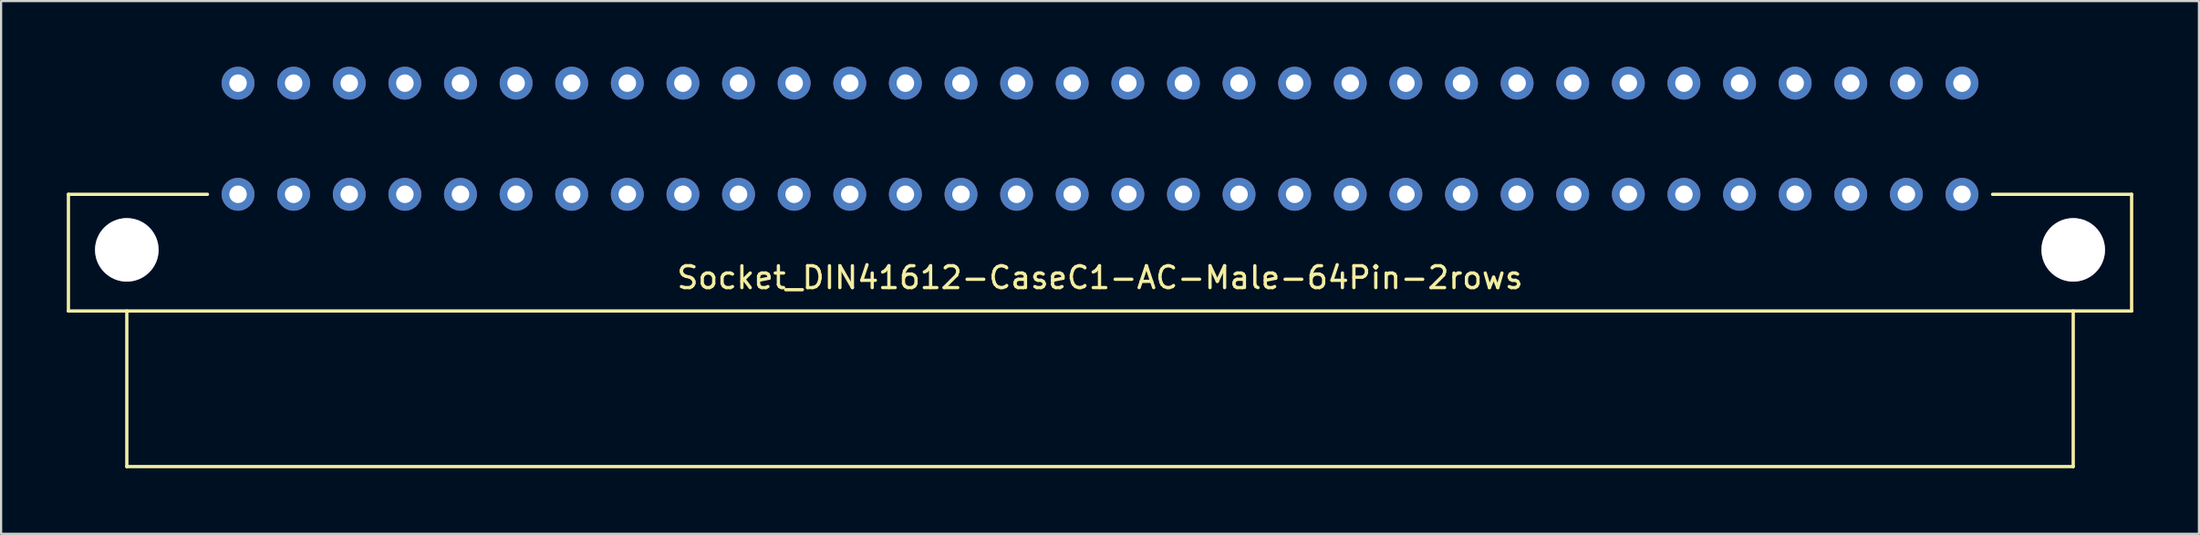
<source format=kicad_pcb>
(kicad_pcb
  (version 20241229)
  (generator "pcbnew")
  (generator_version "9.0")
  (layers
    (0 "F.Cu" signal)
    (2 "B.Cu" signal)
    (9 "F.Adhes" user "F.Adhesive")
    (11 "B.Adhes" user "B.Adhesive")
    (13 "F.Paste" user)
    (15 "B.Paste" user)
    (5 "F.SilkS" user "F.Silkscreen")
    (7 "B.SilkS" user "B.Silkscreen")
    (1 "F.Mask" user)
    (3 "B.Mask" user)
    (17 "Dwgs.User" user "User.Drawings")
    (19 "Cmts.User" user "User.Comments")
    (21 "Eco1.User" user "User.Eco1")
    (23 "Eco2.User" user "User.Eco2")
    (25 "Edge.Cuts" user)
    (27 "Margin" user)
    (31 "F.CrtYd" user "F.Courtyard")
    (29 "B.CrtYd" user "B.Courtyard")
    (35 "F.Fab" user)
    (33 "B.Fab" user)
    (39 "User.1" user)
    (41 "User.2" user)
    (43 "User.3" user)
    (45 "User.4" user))
  (footprint "Socket_DIN41612-CaseC1-AC-Male-64Pin-2rows"
    (layer "F.Cu")
    (at 47.192 3.291)
    (property "Reference" "Socket_DIN41612-CaseC1-AC-Male-64Pin-2rows" (at 0 6.35 0) (layer "F.SilkS") (effects (font (size 1 1) (thickness 0.15))))
    (attr through_hole)
    (fp_line (start -47.117 2.54) (end -40.767 2.54) (stroke (width 0.15) (type solid)) (layer "F.SilkS"))
    (fp_line (start -47.117 7.874) (end -47.117 2.54) (stroke (width 0.15) (type solid)) (layer "F.SilkS"))
    (fp_line (start -44.45 14.986) (end -44.45 7.874) (stroke (width 0.15) (type solid)) (layer "F.SilkS"))
    (fp_line (start 44.45 7.874) (end 44.45 14.986) (stroke (width 0.15) (type solid)) (layer "F.SilkS"))
    (fp_line (start 44.45 14.986) (end -44.45 14.986) (stroke (width 0.15) (type solid)) (layer "F.SilkS"))
    (fp_line (start 47.117 2.54) (end 40.767 2.54) (stroke (width 0.15) (type solid)) (layer "F.SilkS"))
    (fp_line (start 47.117 2.54) (end 47.117 7.874) (stroke (width 0.15) (type solid)) (layer "F.SilkS"))
    (fp_line (start 47.117 7.874) (end -47.117 7.874) (stroke (width 0.15) (type solid)) (layer "F.SilkS"))
    (pad "1" thru_hole circle (at -44.45 5.08) (size 2.901 2.901) (drill 2.901) (layers "*.Cu" "*.Mask"))
    (pad "1" thru_hole circle (at 44.45 5.08) (size 2.901 2.901) (drill 2.901) (layers "*.Cu" "*.Mask"))
    (pad "1a" thru_hole circle (at 39.37 -2.54 180) (size 1.501 1.501) (drill 0.8) (layers "*.Cu" "*.Mask"))
    (pad "1c" thru_hole circle (at 39.37 2.54 180) (size 1.501 1.501) (drill 0.8) (layers "*.Cu" "*.Mask"))
    (pad "2a" thru_hole circle (at 36.83 -2.54 180) (size 1.501 1.501) (drill 0.8) (layers "*.Cu" "*.Mask"))
    (pad "2c" thru_hole circle (at 36.83 2.54 180) (size 1.501 1.501) (drill 0.8) (layers "*.Cu" "*.Mask"))
    (pad "3a" thru_hole circle (at 34.29 -2.54 180) (size 1.501 1.501) (drill 0.8) (layers "*.Cu" "*.Mask"))
    (pad "3c" thru_hole circle (at 34.29 2.54 180) (size 1.501 1.501) (drill 0.8) (layers "*.Cu" "*.Mask"))
    (pad "4a" thru_hole circle (at 31.75 -2.54 180) (size 1.501 1.501) (drill 0.8) (layers "*.Cu" "*.Mask"))
    (pad "4c" thru_hole circle (at 31.75 2.54 180) (size 1.501 1.501) (drill 0.8) (layers "*.Cu" "*.Mask"))
    (pad "5a" thru_hole circle (at 29.21 -2.54 180) (size 1.501 1.501) (drill 0.8) (layers "*.Cu" "*.Mask"))
    (pad "5c" thru_hole circle (at 29.21 2.54 180) (size 1.501 1.501) (drill 0.8) (layers "*.Cu" "*.Mask"))
    (pad "6a" thru_hole circle (at 26.67 -2.54 180) (size 1.501 1.501) (drill 0.8) (layers "*.Cu" "*.Mask"))
    (pad "6c" thru_hole circle (at 26.67 2.54 180) (size 1.501 1.501) (drill 0.8) (layers "*.Cu" "*.Mask"))
    (pad "7a" thru_hole circle (at 24.13 -2.54 180) (size 1.501 1.501) (drill 0.8) (layers "*.Cu" "*.Mask"))
    (pad "7c" thru_hole circle (at 24.13 2.54 180) (size 1.501 1.501) (drill 0.8) (layers "*.Cu" "*.Mask"))
    (pad "8a" thru_hole circle (at 21.59 -2.54 180) (size 1.501 1.501) (drill 0.8) (layers "*.Cu" "*.Mask"))
    (pad "8c" thru_hole circle (at 21.59 2.54 180) (size 1.501 1.501) (drill 0.8) (layers "*.Cu" "*.Mask"))
    (pad "9a" thru_hole circle (at 19.05 -2.54 180) (size 1.501 1.501) (drill 0.8) (layers "*.Cu" "*.Mask"))
    (pad "9c" thru_hole circle (at 19.05 2.54 180) (size 1.501 1.501) (drill 0.8) (layers "*.Cu" "*.Mask"))
    (pad "10a" thru_hole circle (at 16.51 -2.54 180) (size 1.501 1.501) (drill 0.8) (layers "*.Cu" "*.Mask"))
    (pad "10c" thru_hole circle (at 16.51 2.54 180) (size 1.501 1.501) (drill 0.8) (layers "*.Cu" "*.Mask"))
    (pad "11a" thru_hole circle (at 13.97 -2.54 180) (size 1.501 1.501) (drill 0.8) (layers "*.Cu" "*.Mask"))
    (pad "11c" thru_hole circle (at 13.97 2.54 180) (size 1.501 1.501) (drill 0.8) (layers "*.Cu" "*.Mask"))
    (pad "12a" thru_hole circle (at 11.43 -2.54 180) (size 1.501 1.501) (drill 0.8) (layers "*.Cu" "*.Mask"))
    (pad "12c" thru_hole circle (at 11.43 2.54 180) (size 1.501 1.501) (drill 0.8) (layers "*.Cu" "*.Mask"))
    (pad "13a" thru_hole circle (at 8.89 -2.54 180) (size 1.501 1.501) (drill 0.8) (layers "*.Cu" "*.Mask"))
    (pad "13c" thru_hole circle (at 8.89 2.54 180) (size 1.501 1.501) (drill 0.8) (layers "*.Cu" "*.Mask"))
    (pad "14a" thru_hole circle (at 6.35 -2.54 180) (size 1.501 1.501) (drill 0.8) (layers "*.Cu" "*.Mask"))
    (pad "14c" thru_hole circle (at 6.35 2.54 180) (size 1.501 1.501) (drill 0.8) (layers "*.Cu" "*.Mask"))
    (pad "15a" thru_hole circle (at 3.81 -2.54 180) (size 1.501 1.501) (drill 0.8) (layers "*.Cu" "*.Mask"))
    (pad "15c" thru_hole circle (at 3.81 2.54 180) (size 1.501 1.501) (drill 0.8) (layers "*.Cu" "*.Mask"))
    (pad "16a" thru_hole circle (at 1.27 -2.54 180) (size 1.501 1.501) (drill 0.8) (layers "*.Cu" "*.Mask"))
    (pad "16c" thru_hole circle (at 1.27 2.54 180) (size 1.501 1.501) (drill 0.8) (layers "*.Cu" "*.Mask"))
    (pad "17a" thru_hole circle (at -1.27 -2.54 180) (size 1.501 1.501) (drill 0.8) (layers "*.Cu" "*.Mask"))
    (pad "17c" thru_hole circle (at -1.27 2.54 180) (size 1.501 1.501) (drill 0.8) (layers "*.Cu" "*.Mask"))
    (pad "18a" thru_hole circle (at -3.81 -2.54 180) (size 1.501 1.501) (drill 0.8) (layers "*.Cu" "*.Mask"))
    (pad "18c" thru_hole circle (at -3.81 2.54 180) (size 1.501 1.501) (drill 0.8) (layers "*.Cu" "*.Mask"))
    (pad "19a" thru_hole circle (at -6.35 -2.54 180) (size 1.501 1.501) (drill 0.8) (layers "*.Cu" "*.Mask"))
    (pad "19c" thru_hole circle (at -6.35 2.54 180) (size 1.501 1.501) (drill 0.8) (layers "*.Cu" "*.Mask"))
    (pad "20a" thru_hole circle (at -8.89 -2.54 180) (size 1.501 1.501) (drill 0.8) (layers "*.Cu" "*.Mask"))
    (pad "20c" thru_hole circle (at -8.89 2.54 180) (size 1.501 1.501) (drill 0.8) (layers "*.Cu" "*.Mask"))
    (pad "21a" thru_hole circle (at -11.43 -2.54 180) (size 1.501 1.501) (drill 0.8) (layers "*.Cu" "*.Mask"))
    (pad "21c" thru_hole circle (at -11.43 2.54 180) (size 1.501 1.501) (drill 0.8) (layers "*.Cu" "*.Mask"))
    (pad "22a" thru_hole circle (at -13.97 -2.54 180) (size 1.501 1.501) (drill 0.8) (layers "*.Cu" "*.Mask"))
    (pad "22c" thru_hole circle (at -13.97 2.54 180) (size 1.501 1.501) (drill 0.8) (layers "*.Cu" "*.Mask"))
    (pad "23a" thru_hole circle (at -16.51 -2.54 180) (size 1.501 1.501) (drill 0.8) (layers "*.Cu" "*.Mask"))
    (pad "23c" thru_hole circle (at -16.51 2.54 180) (size 1.501 1.501) (drill 0.8) (layers "*.Cu" "*.Mask"))
    (pad "24" thru_hole circle (at -19.05 -2.54 180) (size 1.501 1.501) (drill 0.8) (layers "*.Cu" "*.Mask"))
    (pad "24c" thru_hole circle (at -19.05 2.54 180) (size 1.501 1.501) (drill 0.8) (layers "*.Cu" "*.Mask"))
    (pad "25a" thru_hole circle (at -21.59 -2.54 180) (size 1.501 1.501) (drill 0.8) (layers "*.Cu" "*.Mask"))
    (pad "25c" thru_hole circle (at -21.59 2.54 180) (size 1.501 1.501) (drill 0.8) (layers "*.Cu" "*.Mask"))
    (pad "26a" thru_hole circle (at -24.13 -2.54 180) (size 1.501 1.501) (drill 0.8) (layers "*.Cu" "*.Mask"))
    (pad "26c" thru_hole circle (at -24.13 2.54 180) (size 1.501 1.501) (drill 0.8) (layers "*.Cu" "*.Mask"))
    (pad "27a" thru_hole circle (at -26.67 -2.54 180) (size 1.501 1.501) (drill 0.8) (layers "*.Cu" "*.Mask"))
    (pad "27c" thru_hole circle (at -26.67 2.54 180) (size 1.501 1.501) (drill 0.8) (layers "*.Cu" "*.Mask"))
    (pad "28a" thru_hole circle (at -29.21 -2.54 180) (size 1.501 1.501) (drill 0.8) (layers "*.Cu" "*.Mask"))
    (pad "28c" thru_hole circle (at -29.21 2.54 180) (size 1.501 1.501) (drill 0.8) (layers "*.Cu" "*.Mask"))
    (pad "29a" thru_hole circle (at -31.75 -2.54 180) (size 1.501 1.501) (drill 0.8) (layers "*.Cu" "*.Mask"))
    (pad "29c" thru_hole circle (at -31.75 2.54 180) (size 1.501 1.501) (drill 0.8) (layers "*.Cu" "*.Mask"))
    (pad "30a" thru_hole circle (at -34.29 -2.54 180) (size 1.501 1.501) (drill 0.8) (layers "*.Cu" "*.Mask"))
    (pad "30c" thru_hole circle (at -34.29 2.54 180) (size 1.501 1.501) (drill 0.8) (layers "*.Cu" "*.Mask"))
    (pad "31a" thru_hole circle (at -36.83 -2.54 180) (size 1.501 1.501) (drill 0.8) (layers "*.Cu" "*.Mask"))
    (pad "31c" thru_hole circle (at -36.83 2.54 180) (size 1.501 1.501) (drill 0.8) (layers "*.Cu" "*.Mask"))
    (pad "32a" thru_hole circle (at -39.37 -2.54 180) (size 1.501 1.501) (drill 0.8) (layers "*.Cu" "*.Mask"))
    (pad "32c" thru_hole circle (at -39.37 2.54 180) (size 1.501 1.501) (drill 0.8) (layers "*.Cu" "*.Mask")))
  (gr_rect
    (start -3 -3)
    (end 97.384 21.352)
    (stroke (width 0.1) (type default))
    (fill no)
    (layer "Edge.Cuts")))
</source>
